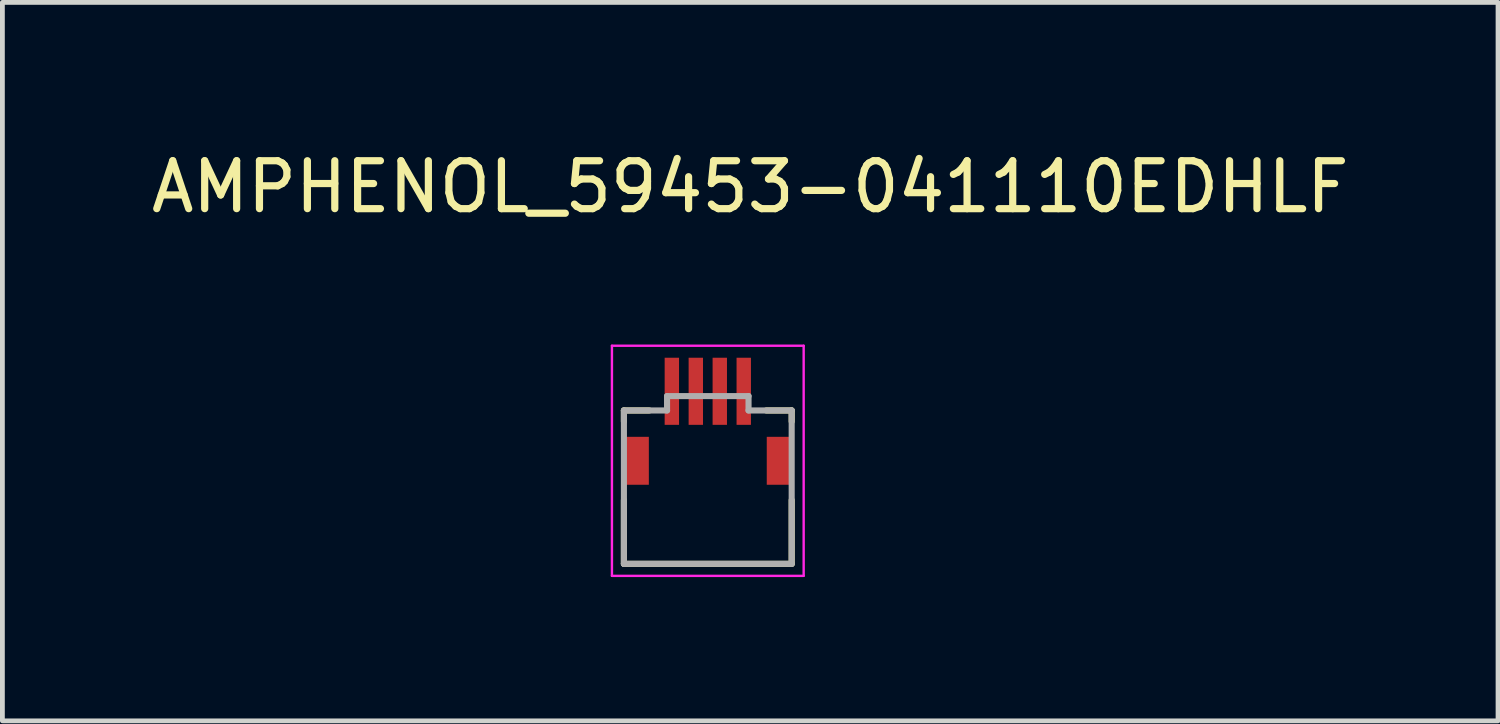
<source format=kicad_pcb>
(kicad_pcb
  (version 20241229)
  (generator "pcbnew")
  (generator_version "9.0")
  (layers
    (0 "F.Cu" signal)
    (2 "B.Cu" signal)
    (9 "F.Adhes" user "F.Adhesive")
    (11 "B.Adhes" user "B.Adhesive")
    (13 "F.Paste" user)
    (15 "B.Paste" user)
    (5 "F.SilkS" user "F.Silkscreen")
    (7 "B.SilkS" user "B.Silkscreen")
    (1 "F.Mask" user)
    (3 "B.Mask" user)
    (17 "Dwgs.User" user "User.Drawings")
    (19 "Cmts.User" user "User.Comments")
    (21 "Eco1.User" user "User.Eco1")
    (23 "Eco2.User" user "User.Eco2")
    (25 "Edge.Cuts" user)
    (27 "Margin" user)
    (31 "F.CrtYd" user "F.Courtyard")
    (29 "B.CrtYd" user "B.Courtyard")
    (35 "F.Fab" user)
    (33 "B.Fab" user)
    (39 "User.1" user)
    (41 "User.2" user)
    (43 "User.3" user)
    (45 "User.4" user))
  (footprint "AMPHENOL_59453-041110EDHLF"
    (layer "F.Cu")
    (at 11.716 6.563)
    (property "Reference" "AMPHENOL_59453-041110EDHLF" (at 0.885 -5.715 0) (layer "F.SilkS") (effects (font (size 1 1) (thickness 0.15))))
    (attr smd)
    (fp_line (start -1.75 -1.05) (end -1.22 -1.05) (stroke (width 0.127) (type solid)) (layer "F.SilkS"))
    (fp_line (start -1.75 -0.82) (end -1.75 -1.05) (stroke (width 0.127) (type solid)) (layer "F.SilkS"))
    (fp_line (start -1.75 2.15) (end -1.75 0.82) (stroke (width 0.127) (type solid)) (layer "F.SilkS"))
    (fp_line (start 1.22 -1.05) (end 1.75 -1.05) (stroke (width 0.127) (type solid)) (layer "F.SilkS"))
    (fp_line (start 1.75 -1.05) (end 1.75 -0.82) (stroke (width 0.127) (type solid)) (layer "F.SilkS"))
    (fp_line (start 1.75 2.15) (end -1.75 2.15) (stroke (width 0.127) (type solid)) (layer "F.SilkS"))
    (fp_line (start 1.75 2.15) (end 1.75 0.82) (stroke (width 0.127) (type solid)) (layer "F.SilkS"))
    (fp_line (start -2 -2.4) (end -2 2.4) (stroke (width 0.05) (type solid)) (layer "F.CrtYd"))
    (fp_line (start -2 2.4) (end 2 2.4) (stroke (width 0.05) (type solid)) (layer "F.CrtYd"))
    (fp_line (start 2 -2.4) (end -2 -2.4) (stroke (width 0.05) (type solid)) (layer "F.CrtYd"))
    (fp_line (start 2 2.4) (end 2 -2.4) (stroke (width 0.05) (type solid)) (layer "F.CrtYd"))
    (fp_line (start -1.75 -1.05) (end -0.85 -1.05) (stroke (width 0.127) (type solid)) (layer "F.Fab"))
    (fp_line (start -1.75 2.15) (end -1.75 -1.05) (stroke (width 0.127) (type solid)) (layer "F.Fab"))
    (fp_line (start -0.85 -1.35) (end 0.85 -1.35) (stroke (width 0.127) (type solid)) (layer "F.Fab"))
    (fp_line (start -0.85 -1.05) (end -0.85 -1.35) (stroke (width 0.127) (type solid)) (layer "F.Fab"))
    (fp_line (start 0.85 -1.35) (end 0.85 -1.05) (stroke (width 0.127) (type solid)) (layer "F.Fab"))
    (fp_line (start 0.85 -1.05) (end 1.75 -1.05) (stroke (width 0.127) (type solid)) (layer "F.Fab"))
    (fp_line (start 1.75 -1.05) (end 1.75 2.15) (stroke (width 0.127) (type solid)) (layer "F.Fab"))
    (fp_line (start 1.75 2.15) (end -1.75 2.15) (stroke (width 0.127) (type solid)) (layer "F.Fab"))
    (pad "1" smd rect (at -0.75 -1.45) (size 0.3 1.4) (layers "F.Cu" "F.Mask" "F.Paste"))
    (pad "2" smd rect (at -0.25 -1.45) (size 0.3 1.4) (layers "F.Cu" "F.Mask" "F.Paste"))
    (pad "3" smd rect (at 0.25 -1.45) (size 0.3 1.4) (layers "F.Cu" "F.Mask" "F.Paste"))
    (pad "4" smd rect (at 0.75 -1.45) (size 0.3 1.4) (layers "F.Cu" "F.Mask" "F.Paste"))
    (pad "SH1" smd rect (at -1.49 0) (size 0.52 1) (layers "F.Cu" "F.Mask" "F.Paste"))
    (pad "SH2" smd rect (at 1.49 0) (size 0.52 1) (layers "F.Cu" "F.Mask" "F.Paste")))
  (gr_rect
    (start -3 -3)
    (end 28.202 11.988)
    (stroke (width 0.1) (type default))
    (fill no)
    (layer "Edge.Cuts")))
</source>
